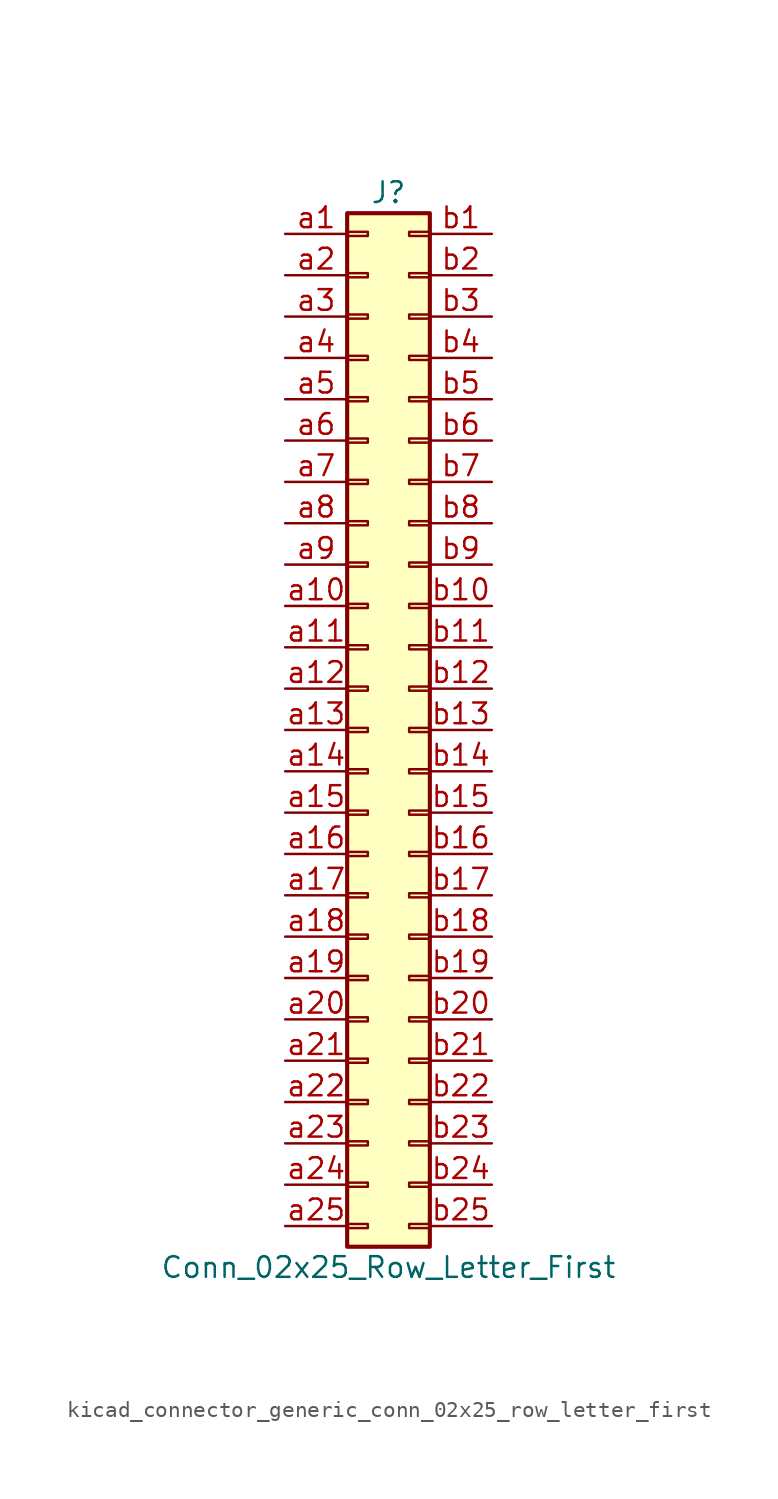
<source format=kicad_sym>
(kicad_symbol_lib
  (version 20220914)
  (generator kicad_symbol_editor)
  (symbol "kicad_connector_generic_conn_02x25_row_letter_first"
    (pin_names
      (offset 1.016) hide)
    (property "Reference" "J"
      (at 1.27 33.02 0)
      (effects (font (size 1.27 1.27))))
    (property "Value" "Conn_02x25_Row_Letter_First"
      (at 1.27 -33.02 0)
      (effects (font (size 1.27 1.27))))
    (symbol "kicad_connector_generic_conn_02x25_row_letter_first_1_1"
      (rectangle (start -1.27 -30.353) (end 0 -30.607) (stroke (width 0.152) (type default)) (fill (type none)))
      (rectangle (start -1.27 -27.813) (end 0 -28.067) (stroke (width 0.152) (type default)) (fill (type none)))
      (rectangle (start -1.27 -25.273) (end 0 -25.527) (stroke (width 0.152) (type default)) (fill (type none)))
      (rectangle (start -1.27 -22.733) (end 0 -22.987) (stroke (width 0.152) (type default)) (fill (type none)))
      (rectangle (start -1.27 -20.193) (end 0 -20.447) (stroke (width 0.152) (type default)) (fill (type none)))
      (rectangle (start -1.27 -17.653) (end 0 -17.907) (stroke (width 0.152) (type default)) (fill (type none)))
      (rectangle (start -1.27 -15.113) (end 0 -15.367) (stroke (width 0.152) (type default)) (fill (type none)))
      (rectangle (start -1.27 -12.573) (end 0 -12.827) (stroke (width 0.152) (type default)) (fill (type none)))
      (rectangle (start -1.27 -10.033) (end 0 -10.287) (stroke (width 0.152) (type default)) (fill (type none)))
      (rectangle (start -1.27 -7.493) (end 0 -7.747) (stroke (width 0.152) (type default)) (fill (type none)))
      (rectangle (start -1.27 -4.953) (end 0 -5.207) (stroke (width 0.152) (type default)) (fill (type none)))
      (rectangle (start -1.27 -2.413) (end 0 -2.667) (stroke (width 0.152) (type default)) (fill (type none)))
      (rectangle (start -1.27 0.127) (end 0 -0.127) (stroke (width 0.152) (type default)) (fill (type none)))
      (rectangle (start -1.27 2.667) (end 0 2.413) (stroke (width 0.152) (type default)) (fill (type none)))
      (rectangle (start -1.27 5.207) (end 0 4.953) (stroke (width 0.152) (type default)) (fill (type none)))
      (rectangle (start -1.27 7.747) (end 0 7.493) (stroke (width 0.152) (type default)) (fill (type none)))
      (rectangle (start -1.27 10.287) (end 0 10.033) (stroke (width 0.152) (type default)) (fill (type none)))
      (rectangle (start -1.27 12.827) (end 0 12.573) (stroke (width 0.152) (type default)) (fill (type none)))
      (rectangle (start -1.27 15.367) (end 0 15.113) (stroke (width 0.152) (type default)) (fill (type none)))
      (rectangle (start -1.27 17.907) (end 0 17.653) (stroke (width 0.152) (type default)) (fill (type none)))
      (rectangle (start -1.27 20.447) (end 0 20.193) (stroke (width 0.152) (type default)) (fill (type none)))
      (rectangle (start -1.27 22.987) (end 0 22.733) (stroke (width 0.152) (type default)) (fill (type none)))
      (rectangle (start -1.27 25.527) (end 0 25.273) (stroke (width 0.152) (type default)) (fill (type none)))
      (rectangle (start -1.27 28.067) (end 0 27.813) (stroke (width 0.152) (type default)) (fill (type none)))
      (rectangle (start -1.27 30.607) (end 0 30.353) (stroke (width 0.152) (type default)) (fill (type none)))
      (rectangle (start -1.27 31.75) (end 3.81 -31.75) (stroke (width 0.254) (type default)) (fill (type background)))
      (rectangle (start 3.81 -30.353) (end 2.54 -30.607) (stroke (width 0.152) (type default)) (fill (type none)))
      (rectangle (start 3.81 -27.813) (end 2.54 -28.067) (stroke (width 0.152) (type default)) (fill (type none)))
      (rectangle (start 3.81 -25.273) (end 2.54 -25.527) (stroke (width 0.152) (type default)) (fill (type none)))
      (rectangle (start 3.81 -22.733) (end 2.54 -22.987) (stroke (width 0.152) (type default)) (fill (type none)))
      (rectangle (start 3.81 -20.193) (end 2.54 -20.447) (stroke (width 0.152) (type default)) (fill (type none)))
      (rectangle (start 3.81 -17.653) (end 2.54 -17.907) (stroke (width 0.152) (type default)) (fill (type none)))
      (rectangle (start 3.81 -15.113) (end 2.54 -15.367) (stroke (width 0.152) (type default)) (fill (type none)))
      (rectangle (start 3.81 -12.573) (end 2.54 -12.827) (stroke (width 0.152) (type default)) (fill (type none)))
      (rectangle (start 3.81 -10.033) (end 2.54 -10.287) (stroke (width 0.152) (type default)) (fill (type none)))
      (rectangle (start 3.81 -7.493) (end 2.54 -7.747) (stroke (width 0.152) (type default)) (fill (type none)))
      (rectangle (start 3.81 -4.953) (end 2.54 -5.207) (stroke (width 0.152) (type default)) (fill (type none)))
      (rectangle (start 3.81 -2.413) (end 2.54 -2.667) (stroke (width 0.152) (type default)) (fill (type none)))
      (rectangle (start 3.81 0.127) (end 2.54 -0.127) (stroke (width 0.152) (type default)) (fill (type none)))
      (rectangle (start 3.81 2.667) (end 2.54 2.413) (stroke (width 0.152) (type default)) (fill (type none)))
      (rectangle (start 3.81 5.207) (end 2.54 4.953) (stroke (width 0.152) (type default)) (fill (type none)))
      (rectangle (start 3.81 7.747) (end 2.54 7.493) (stroke (width 0.152) (type default)) (fill (type none)))
      (rectangle (start 3.81 10.287) (end 2.54 10.033) (stroke (width 0.152) (type default)) (fill (type none)))
      (rectangle (start 3.81 12.827) (end 2.54 12.573) (stroke (width 0.152) (type default)) (fill (type none)))
      (rectangle (start 3.81 15.367) (end 2.54 15.113) (stroke (width 0.152) (type default)) (fill (type none)))
      (rectangle (start 3.81 17.907) (end 2.54 17.653) (stroke (width 0.152) (type default)) (fill (type none)))
      (rectangle (start 3.81 20.447) (end 2.54 20.193) (stroke (width 0.152) (type default)) (fill (type none)))
      (rectangle (start 3.81 22.987) (end 2.54 22.733) (stroke (width 0.152) (type default)) (fill (type none)))
      (rectangle (start 3.81 25.527) (end 2.54 25.273) (stroke (width 0.152) (type default)) (fill (type none)))
      (rectangle (start 3.81 28.067) (end 2.54 27.813) (stroke (width 0.152) (type default)) (fill (type none)))
      (rectangle (start 3.81 30.607) (end 2.54 30.353) (stroke (width 0.152) (type default)) (fill (type none)))
      (pin passive line (at -5.08 30.48 0) (length 3.81) (name "Pin_a1" (effects (font (size 1.27 1.27)))) (number "a1" (effects (font (size 1.27 1.27)))))
      (pin passive line (at -5.08 7.62 0) (length 3.81) (name "Pin_a10" (effects (font (size 1.27 1.27)))) (number "a10" (effects (font (size 1.27 1.27)))))
      (pin passive line (at -5.08 5.08 0) (length 3.81) (name "Pin_a11" (effects (font (size 1.27 1.27)))) (number "a11" (effects (font (size 1.27 1.27)))))
      (pin passive line (at -5.08 2.54 0) (length 3.81) (name "Pin_a12" (effects (font (size 1.27 1.27)))) (number "a12" (effects (font (size 1.27 1.27)))))
      (pin passive line (at -5.08 0 0) (length 3.81) (name "Pin_a13" (effects (font (size 1.27 1.27)))) (number "a13" (effects (font (size 1.27 1.27)))))
      (pin passive line (at -5.08 -2.54 0) (length 3.81) (name "Pin_a14" (effects (font (size 1.27 1.27)))) (number "a14" (effects (font (size 1.27 1.27)))))
      (pin passive line (at -5.08 -5.08 0) (length 3.81) (name "Pin_a15" (effects (font (size 1.27 1.27)))) (number "a15" (effects (font (size 1.27 1.27)))))
      (pin passive line (at -5.08 -7.62 0) (length 3.81) (name "Pin_a16" (effects (font (size 1.27 1.27)))) (number "a16" (effects (font (size 1.27 1.27)))))
      (pin passive line (at -5.08 -10.16 0) (length 3.81) (name "Pin_a17" (effects (font (size 1.27 1.27)))) (number "a17" (effects (font (size 1.27 1.27)))))
      (pin passive line (at -5.08 -12.7 0) (length 3.81) (name "Pin_a18" (effects (font (size 1.27 1.27)))) (number "a18" (effects (font (size 1.27 1.27)))))
      (pin passive line (at -5.08 -15.24 0) (length 3.81) (name "Pin_a19" (effects (font (size 1.27 1.27)))) (number "a19" (effects (font (size 1.27 1.27)))))
      (pin passive line (at -5.08 27.94 0) (length 3.81) (name "Pin_a2" (effects (font (size 1.27 1.27)))) (number "a2" (effects (font (size 1.27 1.27)))))
      (pin passive line (at -5.08 -17.78 0) (length 3.81) (name "Pin_a20" (effects (font (size 1.27 1.27)))) (number "a20" (effects (font (size 1.27 1.27)))))
      (pin passive line (at -5.08 -20.32 0) (length 3.81) (name "Pin_a21" (effects (font (size 1.27 1.27)))) (number "a21" (effects (font (size 1.27 1.27)))))
      (pin passive line (at -5.08 -22.86 0) (length 3.81) (name "Pin_a22" (effects (font (size 1.27 1.27)))) (number "a22" (effects (font (size 1.27 1.27)))))
      (pin passive line (at -5.08 -25.4 0) (length 3.81) (name "Pin_a23" (effects (font (size 1.27 1.27)))) (number "a23" (effects (font (size 1.27 1.27)))))
      (pin passive line (at -5.08 -27.94 0) (length 3.81) (name "Pin_a24" (effects (font (size 1.27 1.27)))) (number "a24" (effects (font (size 1.27 1.27)))))
      (pin passive line (at -5.08 -30.48 0) (length 3.81) (name "Pin_a25" (effects (font (size 1.27 1.27)))) (number "a25" (effects (font (size 1.27 1.27)))))
      (pin passive line (at -5.08 25.4 0) (length 3.81) (name "Pin_a3" (effects (font (size 1.27 1.27)))) (number "a3" (effects (font (size 1.27 1.27)))))
      (pin passive line (at -5.08 22.86 0) (length 3.81) (name "Pin_a4" (effects (font (size 1.27 1.27)))) (number "a4" (effects (font (size 1.27 1.27)))))
      (pin passive line (at -5.08 20.32 0) (length 3.81) (name "Pin_a5" (effects (font (size 1.27 1.27)))) (number "a5" (effects (font (size 1.27 1.27)))))
      (pin passive line (at -5.08 17.78 0) (length 3.81) (name "Pin_a6" (effects (font (size 1.27 1.27)))) (number "a6" (effects (font (size 1.27 1.27)))))
      (pin passive line (at -5.08 15.24 0) (length 3.81) (name "Pin_a7" (effects (font (size 1.27 1.27)))) (number "a7" (effects (font (size 1.27 1.27)))))
      (pin passive line (at -5.08 12.7 0) (length 3.81) (name "Pin_a8" (effects (font (size 1.27 1.27)))) (number "a8" (effects (font (size 1.27 1.27)))))
      (pin passive line (at -5.08 10.16 0) (length 3.81) (name "Pin_a9" (effects (font (size 1.27 1.27)))) (number "a9" (effects (font (size 1.27 1.27)))))
      (pin passive line (at 7.62 30.48 180) (length 3.81) (name "Pin_b1" (effects (font (size 1.27 1.27)))) (number "b1" (effects (font (size 1.27 1.27)))))
      (pin passive line (at 7.62 7.62 180) (length 3.81) (name "Pin_b10" (effects (font (size 1.27 1.27)))) (number "b10" (effects (font (size 1.27 1.27)))))
      (pin passive line (at 7.62 5.08 180) (length 3.81) (name "Pin_b11" (effects (font (size 1.27 1.27)))) (number "b11" (effects (font (size 1.27 1.27)))))
      (pin passive line (at 7.62 2.54 180) (length 3.81) (name "Pin_b12" (effects (font (size 1.27 1.27)))) (number "b12" (effects (font (size 1.27 1.27)))))
      (pin passive line (at 7.62 0 180) (length 3.81) (name "Pin_b13" (effects (font (size 1.27 1.27)))) (number "b13" (effects (font (size 1.27 1.27)))))
      (pin passive line (at 7.62 -2.54 180) (length 3.81) (name "Pin_b14" (effects (font (size 1.27 1.27)))) (number "b14" (effects (font (size 1.27 1.27)))))
      (pin passive line (at 7.62 -5.08 180) (length 3.81) (name "Pin_b15" (effects (font (size 1.27 1.27)))) (number "b15" (effects (font (size 1.27 1.27)))))
      (pin passive line (at 7.62 -7.62 180) (length 3.81) (name "Pin_b16" (effects (font (size 1.27 1.27)))) (number "b16" (effects (font (size 1.27 1.27)))))
      (pin passive line (at 7.62 -10.16 180) (length 3.81) (name "Pin_b17" (effects (font (size 1.27 1.27)))) (number "b17" (effects (font (size 1.27 1.27)))))
      (pin passive line (at 7.62 -12.7 180) (length 3.81) (name "Pin_b18" (effects (font (size 1.27 1.27)))) (number "b18" (effects (font (size 1.27 1.27)))))
      (pin passive line (at 7.62 -15.24 180) (length 3.81) (name "Pin_b19" (effects (font (size 1.27 1.27)))) (number "b19" (effects (font (size 1.27 1.27)))))
      (pin passive line (at 7.62 27.94 180) (length 3.81) (name "Pin_b2" (effects (font (size 1.27 1.27)))) (number "b2" (effects (font (size 1.27 1.27)))))
      (pin passive line (at 7.62 -17.78 180) (length 3.81) (name "Pin_b20" (effects (font (size 1.27 1.27)))) (number "b20" (effects (font (size 1.27 1.27)))))
      (pin passive line (at 7.62 -20.32 180) (length 3.81) (name "Pin_b21" (effects (font (size 1.27 1.27)))) (number "b21" (effects (font (size 1.27 1.27)))))
      (pin passive line (at 7.62 -22.86 180) (length 3.81) (name "Pin_b22" (effects (font (size 1.27 1.27)))) (number "b22" (effects (font (size 1.27 1.27)))))
      (pin passive line (at 7.62 -25.4 180) (length 3.81) (name "Pin_b23" (effects (font (size 1.27 1.27)))) (number "b23" (effects (font (size 1.27 1.27)))))
      (pin passive line (at 7.62 -27.94 180) (length 3.81) (name "Pin_b24" (effects (font (size 1.27 1.27)))) (number "b24" (effects (font (size 1.27 1.27)))))
      (pin passive line (at 7.62 -30.48 180) (length 3.81) (name "Pin_b25" (effects (font (size 1.27 1.27)))) (number "b25" (effects (font (size 1.27 1.27)))))
      (pin passive line (at 7.62 25.4 180) (length 3.81) (name "Pin_b3" (effects (font (size 1.27 1.27)))) (number "b3" (effects (font (size 1.27 1.27)))))
      (pin passive line (at 7.62 22.86 180) (length 3.81) (name "Pin_b4" (effects (font (size 1.27 1.27)))) (number "b4" (effects (font (size 1.27 1.27)))))
      (pin passive line (at 7.62 20.32 180) (length 3.81) (name "Pin_b5" (effects (font (size 1.27 1.27)))) (number "b5" (effects (font (size 1.27 1.27)))))
      (pin passive line (at 7.62 17.78 180) (length 3.81) (name "Pin_b6" (effects (font (size 1.27 1.27)))) (number "b6" (effects (font (size 1.27 1.27)))))
      (pin passive line (at 7.62 15.24 180) (length 3.81) (name "Pin_b7" (effects (font (size 1.27 1.27)))) (number "b7" (effects (font (size 1.27 1.27)))))
      (pin passive line (at 7.62 12.7 180) (length 3.81) (name "Pin_b8" (effects (font (size 1.27 1.27)))) (number "b8" (effects (font (size 1.27 1.27)))))
      (pin passive line (at 7.62 10.16 180) (length 3.81) (name "Pin_b9" (effects (font (size 1.27 1.27)))) (number "b9" (effects (font (size 1.27 1.27))))))))
</source>
